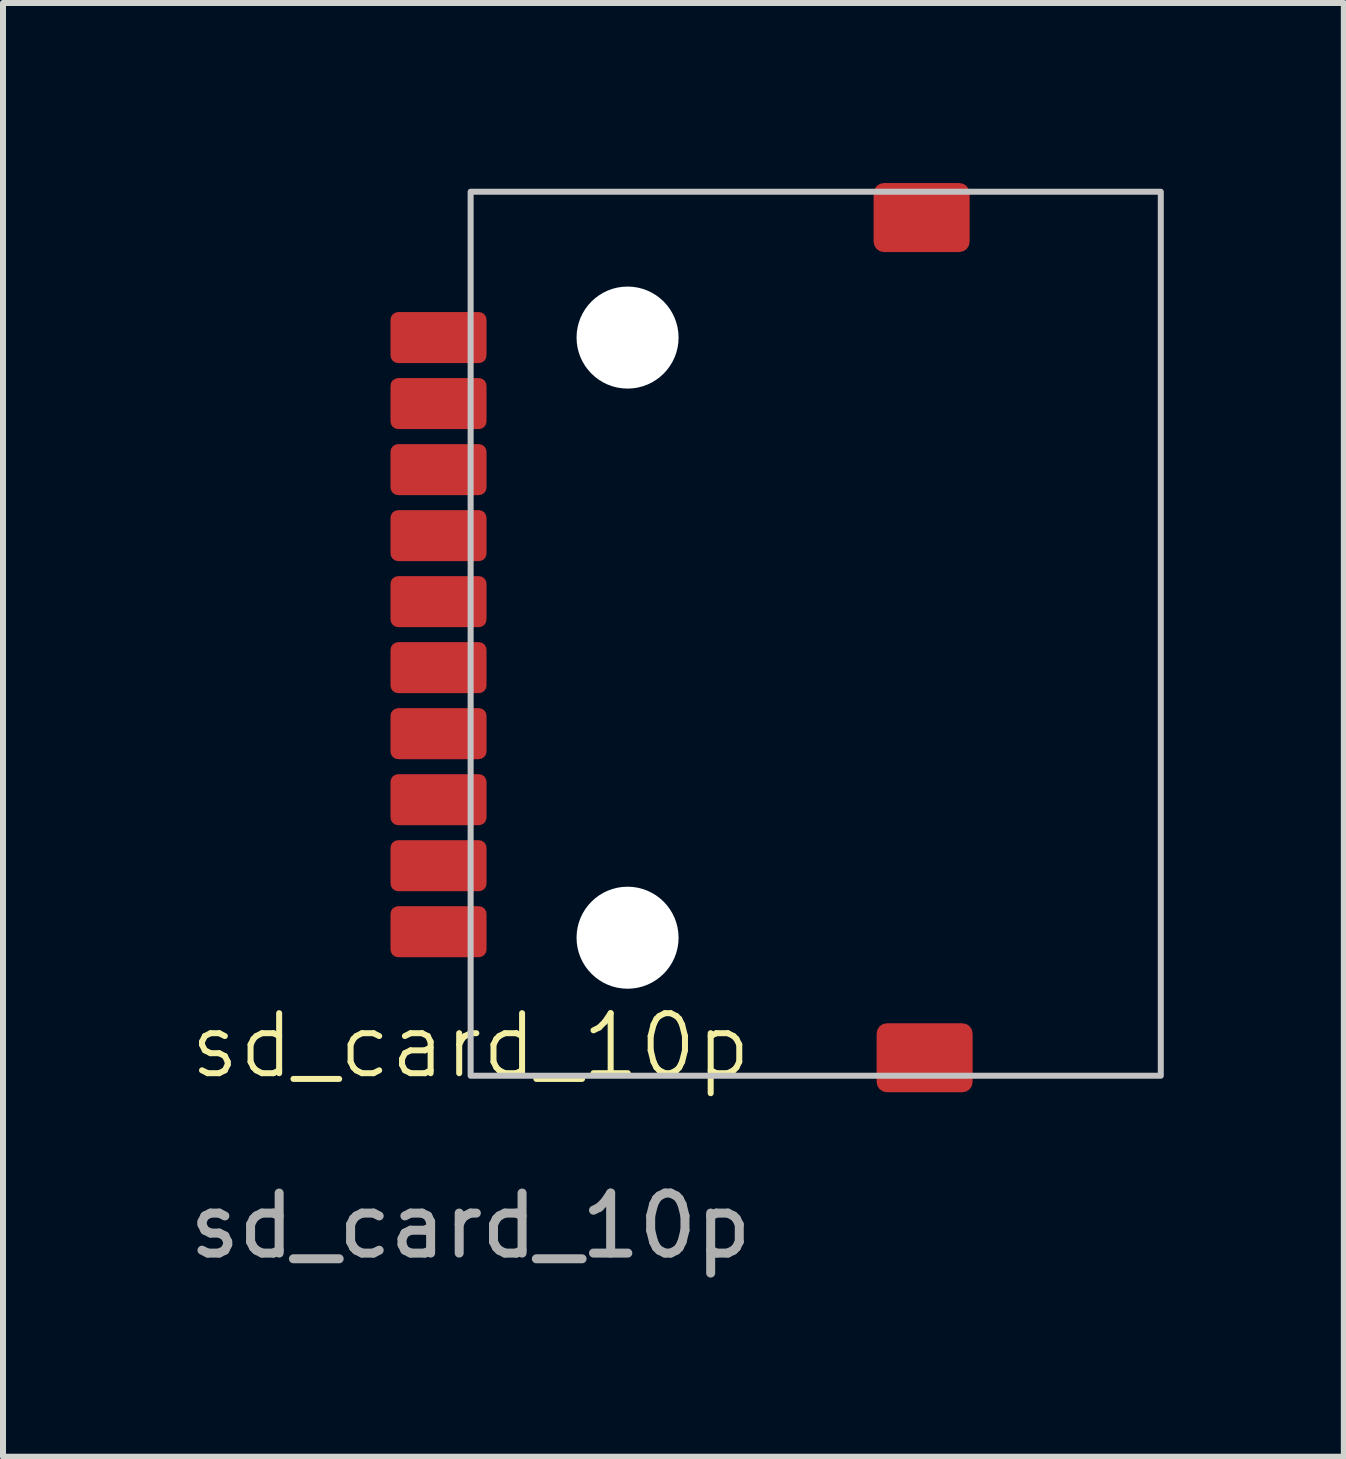
<source format=kicad_pcb>
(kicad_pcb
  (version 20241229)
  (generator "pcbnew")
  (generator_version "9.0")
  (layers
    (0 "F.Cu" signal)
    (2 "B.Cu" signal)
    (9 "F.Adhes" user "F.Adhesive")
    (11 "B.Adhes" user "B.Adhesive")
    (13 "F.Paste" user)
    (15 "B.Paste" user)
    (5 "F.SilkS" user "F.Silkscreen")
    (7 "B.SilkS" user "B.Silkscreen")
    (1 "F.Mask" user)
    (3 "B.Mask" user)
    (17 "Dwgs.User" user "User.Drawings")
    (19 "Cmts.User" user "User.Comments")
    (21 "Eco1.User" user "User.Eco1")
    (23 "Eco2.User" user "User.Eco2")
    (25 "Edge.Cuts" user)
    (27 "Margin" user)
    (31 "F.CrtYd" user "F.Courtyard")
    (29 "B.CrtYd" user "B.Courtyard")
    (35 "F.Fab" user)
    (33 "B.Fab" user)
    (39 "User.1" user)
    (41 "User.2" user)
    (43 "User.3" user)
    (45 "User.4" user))
  (footprint "sd_card_10p"
    (layer "F.Cu")
    (at 4.792 14.875)
    (property "Reference" "sd_card_10p" (at 0 -0.5 0) (unlocked yes) (layer "F.SilkS") (effects (font (size 1 1) (thickness 0.1))))
    (attr smd)
    (fp_rect (start 0 -14.73) (end 11.5 0) (stroke (width 0.1) (type solid)) (fill no) (layer "Dwgs.User"))
    (fp_text user "${REFERENCE}" (at 0 2.5 0) (unlocked yes) (layer "F.Fab") (effects (font (size 1 1) (thickness 0.15))))
    (pad "" np_thru_hole circle (at 2.615 -12.3) (size 1.7 1.7) (drill 1.7) (layers "*.Cu" "*.Mask"))
    (pad "" np_thru_hole circle (at 2.615 -2.3) (size 1.7 1.7) (drill 1.7) (layers "*.Cu" "*.Mask"))
    (pad "" smd roundrect (at 7.515 -14.3) (size 1.6 1.15) (layers "F.Cu" "F.Mask" "F.Paste") (roundrect_rratio 0.15))
    (pad "" smd roundrect (at 7.565 -0.3) (size 1.6 1.15) (layers "F.Cu" "F.Mask" "F.Paste") (roundrect_rratio 0.15))
    (pad "1" smd roundrect (at -0.535 -10.1) (size 1.6 0.85) (layers "F.Cu" "F.Mask" "F.Paste") (roundrect_rratio 0.15))
    (pad "2" smd roundrect (at -0.535 -9) (size 1.6 0.85) (layers "F.Cu" "F.Mask" "F.Paste") (roundrect_rratio 0.15))
    (pad "3" smd roundrect (at -0.535 -7.9) (size 1.6 0.85) (layers "F.Cu" "F.Mask" "F.Paste") (roundrect_rratio 0.15))
    (pad "4" smd roundrect (at -0.535 -6.8) (size 1.6 0.85) (layers "F.Cu" "F.Mask" "F.Paste") (roundrect_rratio 0.15))
    (pad "5" smd roundrect (at -0.535 -5.7) (size 1.6 0.85) (layers "F.Cu" "F.Mask" "F.Paste") (roundrect_rratio 0.15))
    (pad "6" smd roundrect (at -0.535 -4.6) (size 1.6 0.85) (layers "F.Cu" "F.Mask" "F.Paste") (roundrect_rratio 0.15))
    (pad "7" smd roundrect (at -0.535 -3.5) (size 1.6 0.85) (layers "F.Cu" "F.Mask" "F.Paste") (roundrect_rratio 0.15))
    (pad "8" smd roundrect (at -0.535 -2.4) (size 1.6 0.85) (layers "F.Cu" "F.Mask" "F.Paste") (roundrect_rratio 0.15))
    (pad "9" smd roundrect (at -0.535 -12.3) (size 1.6 0.85) (layers "F.Cu" "F.Mask" "F.Paste") (roundrect_rratio 0.15))
    (pad "10" smd roundrect (at -0.535 -11.2) (size 1.6 0.85) (layers "F.Cu" "F.Mask" "F.Paste") (roundrect_rratio 0.15)))
  (gr_rect
    (start -3 -3)
    (end 19.342 21.223)
    (stroke (width 0.1) (type default))
    (fill no)
    (layer "Edge.Cuts")))
</source>
